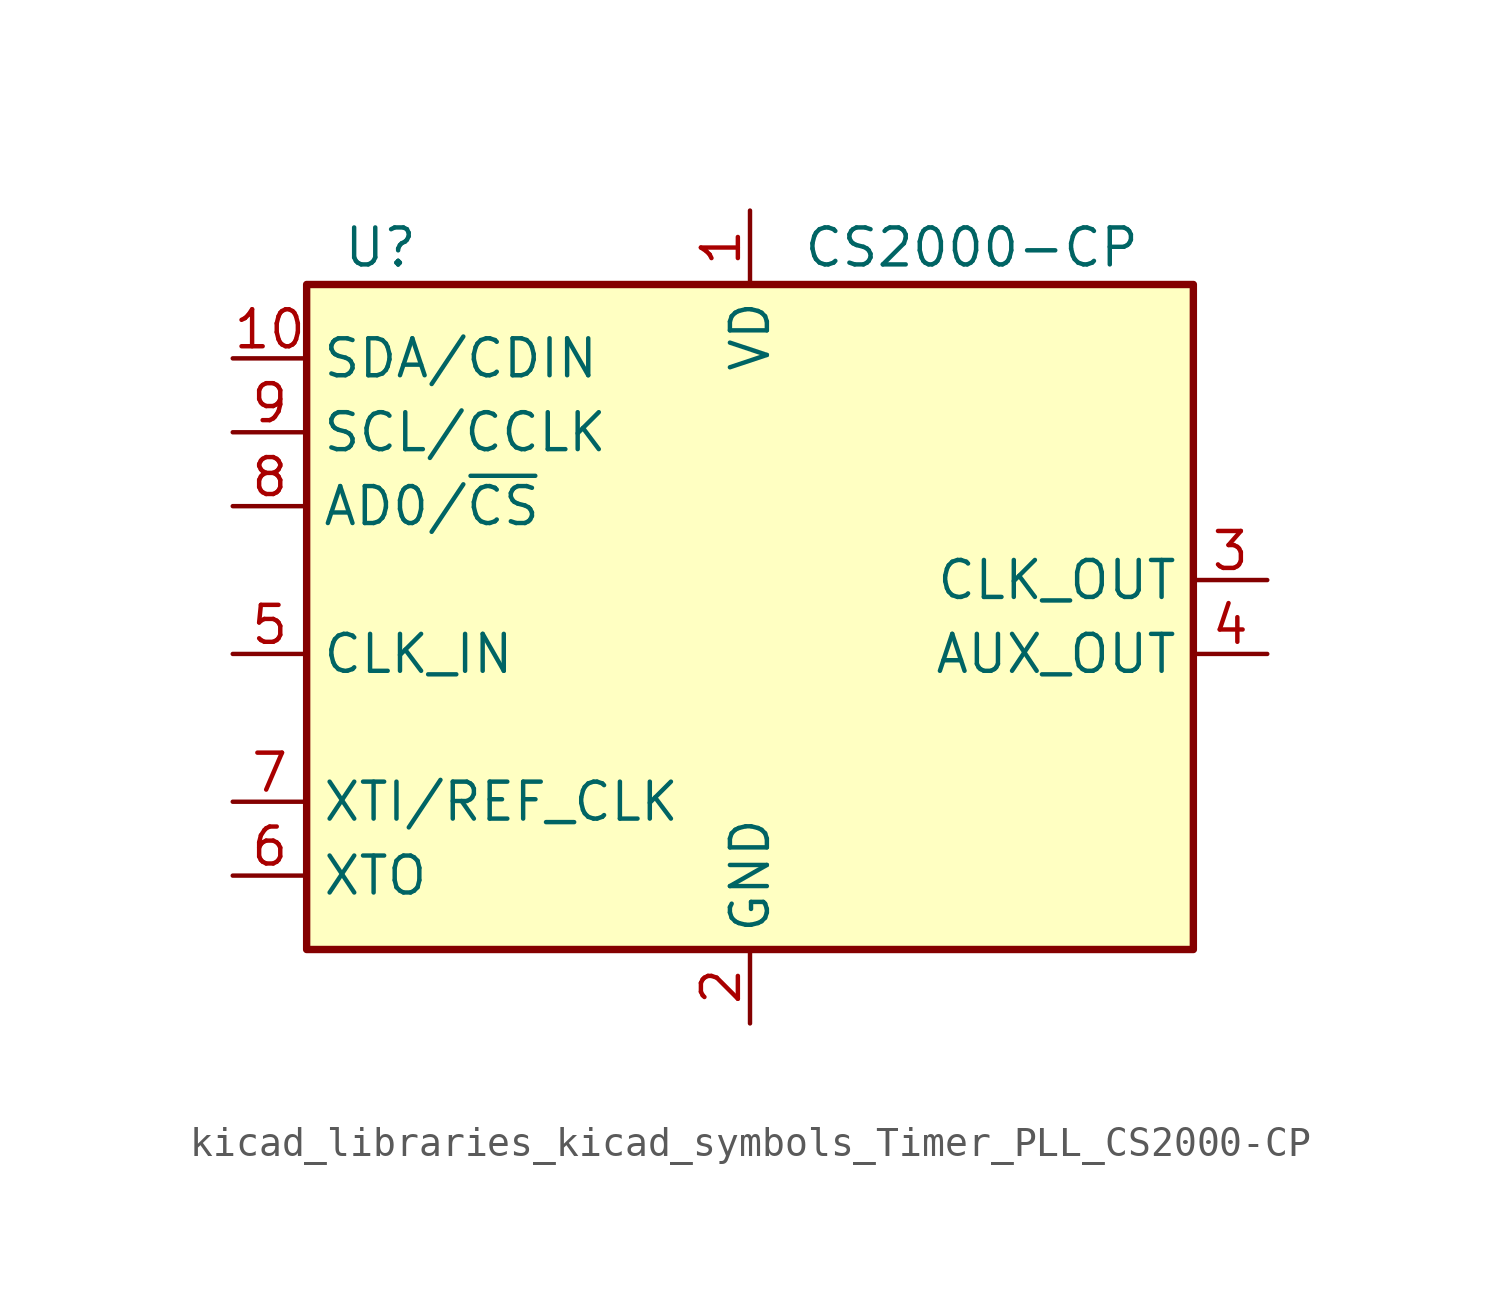
<source format=kicad_sym>
(kicad_symbol_lib
  (version 20220914)
  (generator kicad_symbol_editor)
  (symbol "kicad_libraries_kicad_symbols_Timer_PLL_CS2000-CP"
    (property "Reference" "U"
      (at -12.7 13.97 0)
      (effects (font (size 1.27 1.27))))
    (property "Value" "CS2000-CP"
      (at 7.62 13.97 0)
      (effects (font (size 1.27 1.27))))
    (symbol "kicad_libraries_kicad_symbols_Timer_PLL_CS2000-CP_0_1"
      (rectangle (start -15.24 12.7) (end 15.24 -10.16) (stroke (width 0.254) (type default)) (fill (type background))))
    (symbol "kicad_libraries_kicad_symbols_Timer_PLL_CS2000-CP_1_1"
      (pin power_in line (at 0 15.24 270) (length 2.54) (name "VD" (effects (font (size 1.27 1.27)))) (number "1" (effects (font (size 1.27 1.27)))))
      (pin bidirectional line (at -17.78 10.16 0) (length 2.54) (name "SDA/CDIN" (effects (font (size 1.27 1.27)))) (number "10" (effects (font (size 1.27 1.27)))))
      (pin power_in line (at 0 -12.7 90) (length 2.54) (name "GND" (effects (font (size 1.27 1.27)))) (number "2" (effects (font (size 1.27 1.27)))))
      (pin output line (at 17.78 2.54 180) (length 2.54) (name "CLK_OUT" (effects (font (size 1.27 1.27)))) (number "3" (effects (font (size 1.27 1.27)))))
      (pin output line (at 17.78 0 180) (length 2.54) (name "AUX_OUT" (effects (font (size 1.27 1.27)))) (number "4" (effects (font (size 1.27 1.27)))))
      (pin input line (at -17.78 0 0) (length 2.54) (name "CLK_IN" (effects (font (size 1.27 1.27)))) (number "5" (effects (font (size 1.27 1.27)))))
      (pin output line (at -17.78 -7.62 0) (length 2.54) (name "XTO" (effects (font (size 1.27 1.27)))) (number "6" (effects (font (size 1.27 1.27)))))
      (pin input line (at -17.78 -5.08 0) (length 2.54) (name "XTI/REF_CLK" (effects (font (size 1.27 1.27)))) (number "7" (effects (font (size 1.27 1.27)))))
      (pin input line (at -17.78 5.08 0) (length 2.54) (name "AD0/~{CS}" (effects (font (size 1.27 1.27)))) (number "8" (effects (font (size 1.27 1.27)))))
      (pin input line (at -17.78 7.62 0) (length 2.54) (name "SCL/CCLK" (effects (font (size 1.27 1.27)))) (number "9" (effects (font (size 1.27 1.27))))))))
</source>
